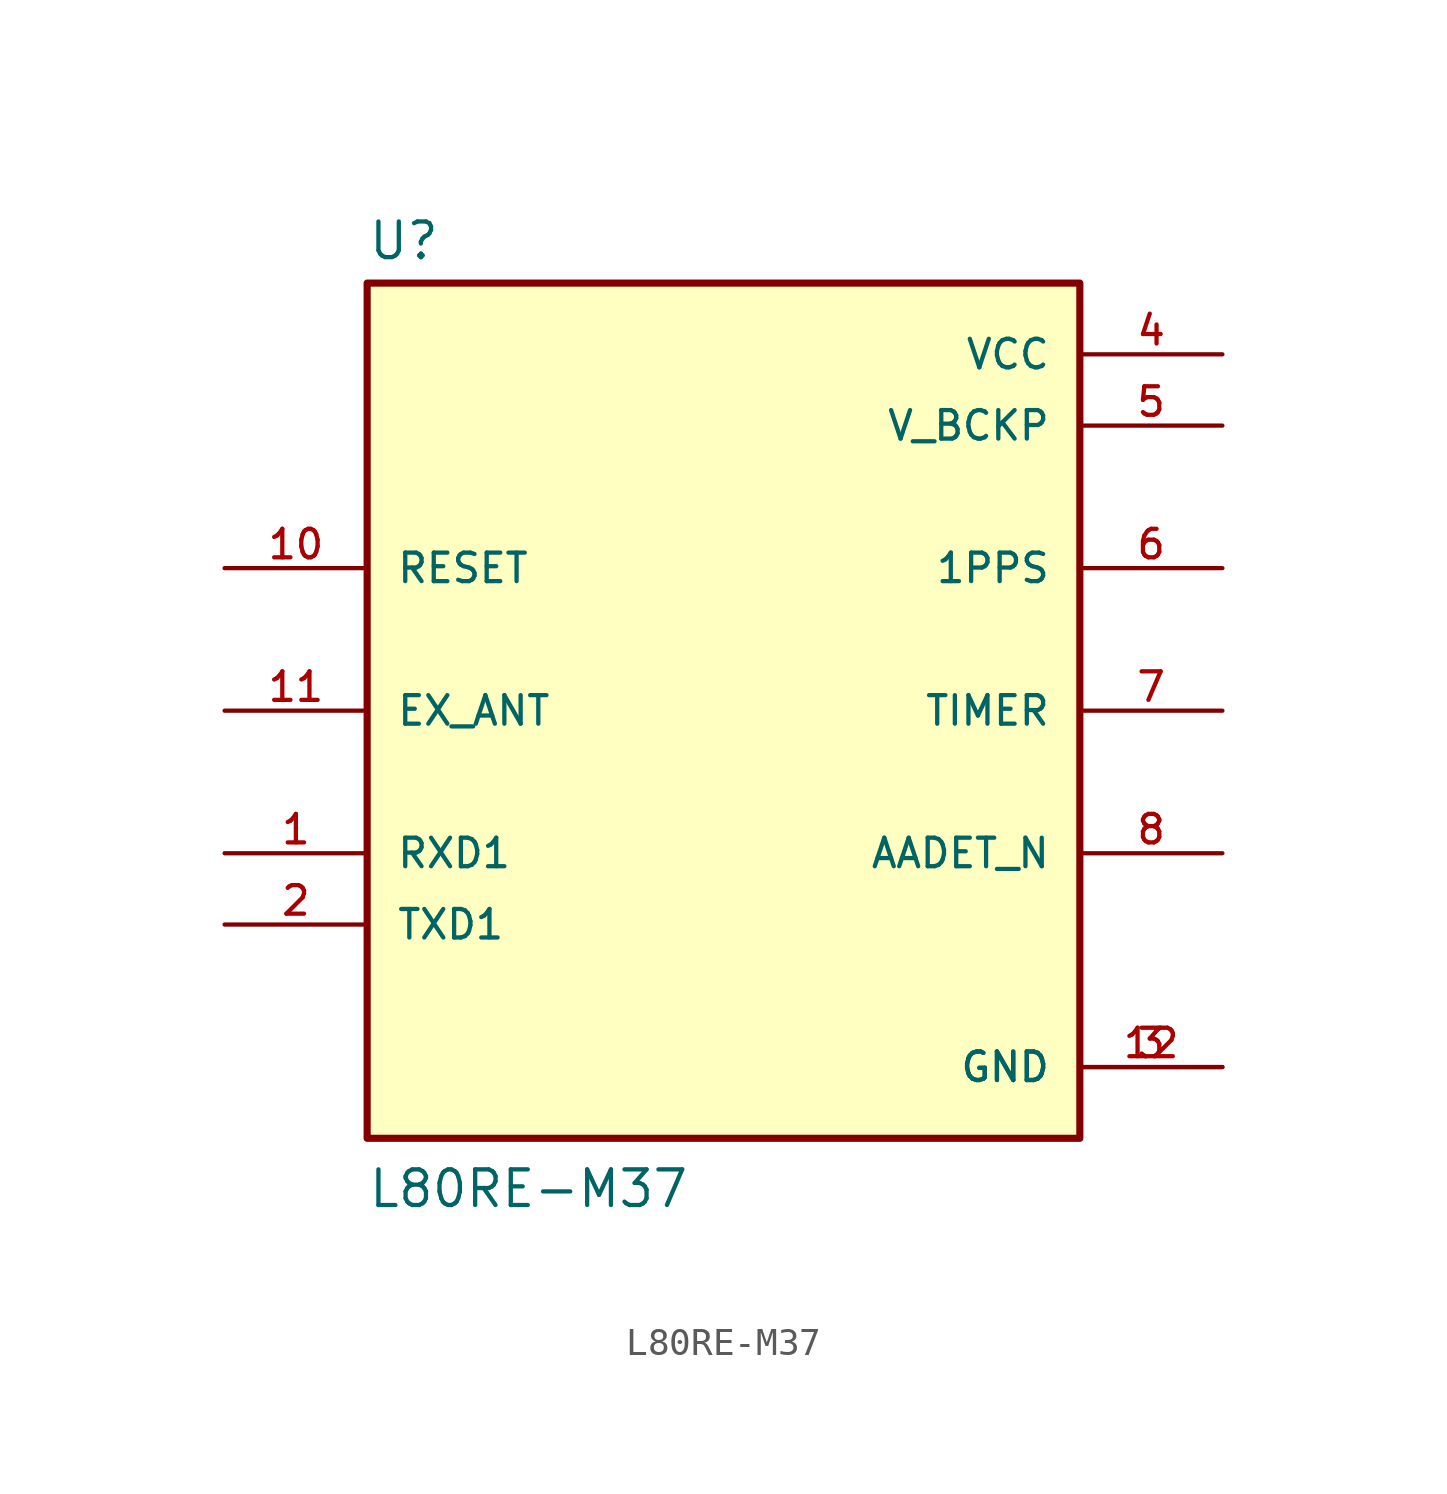
<source format=kicad_sym>
(kicad_symbol_lib
  (version 20211014)
  (generator kicad_symbol_editor)
  (symbol "L80RE-M37"
    (pin_names
      (offset 1.016))
    (property "Reference" "U"
      (at -12.7 16.002 0)
      (effects (font (size 1.27 1.27)) (justify bottom left)))
    (property "Value" "L80RE-M37"
      (at -12.7 -17.78 0)
      (effects (font (size 1.27 1.27)) (justify bottom left)))
    (symbol "L80RE-M37_0_0"
      (rectangle (start -12.7 -15.24) (end 12.7 15.24) (stroke (width 0.254)) (fill (type background)))
      (pin power_in line (at 17.78 12.7 180.0) (length 5.08) (name "VCC" (effects (font (size 1.016 1.016)))) (number "4" (effects (font (size 1.016 1.016)))))
      (pin power_in line (at 17.78 10.16 180.0) (length 5.08) (name "V_BCKP" (effects (font (size 1.016 1.016)))) (number "5" (effects (font (size 1.016 1.016)))))
      (pin input line (at -17.78 5.08 0) (length 5.08) (name "RESET" (effects (font (size 1.016 1.016)))) (number "10" (effects (font (size 1.016 1.016)))))
      (pin input line (at -17.78 -5.08 0) (length 5.08) (name "RXD1" (effects (font (size 1.016 1.016)))) (number "1" (effects (font (size 1.016 1.016)))))
      (pin output line (at -17.78 -7.62 0) (length 5.08) (name "TXD1" (effects (font (size 1.016 1.016)))) (number "2" (effects (font (size 1.016 1.016)))))
      (pin input line (at -17.78 0.0 0) (length 5.08) (name "EX_ANT" (effects (font (size 1.016 1.016)))) (number "11" (effects (font (size 1.016 1.016)))))
      (pin output line (at 17.78 5.08 180.0) (length 5.08) (name "1PPS" (effects (font (size 1.016 1.016)))) (number "6" (effects (font (size 1.016 1.016)))))
      (pin output line (at 17.78 0.0 180.0) (length 5.08) (name "TIMER" (effects (font (size 1.016 1.016)))) (number "7" (effects (font (size 1.016 1.016)))))
      (pin bidirectional line (at 17.78 -5.08 180.0) (length 5.08) (name "AADET_N" (effects (font (size 1.016 1.016)))) (number "8" (effects (font (size 1.016 1.016)))))
      (pin power_in line (at 17.78 -12.7 180.0) (length 5.08) (name "GND" (effects (font (size 1.016 1.016)))) (number "3" (effects (font (size 1.016 1.016)))))
      (pin power_in line (at 17.78 -12.7 180.0) (length 5.08) (name "GND" (effects (font (size 1.016 1.016)))) (number "12" (effects (font (size 1.016 1.016))))))))
</source>
